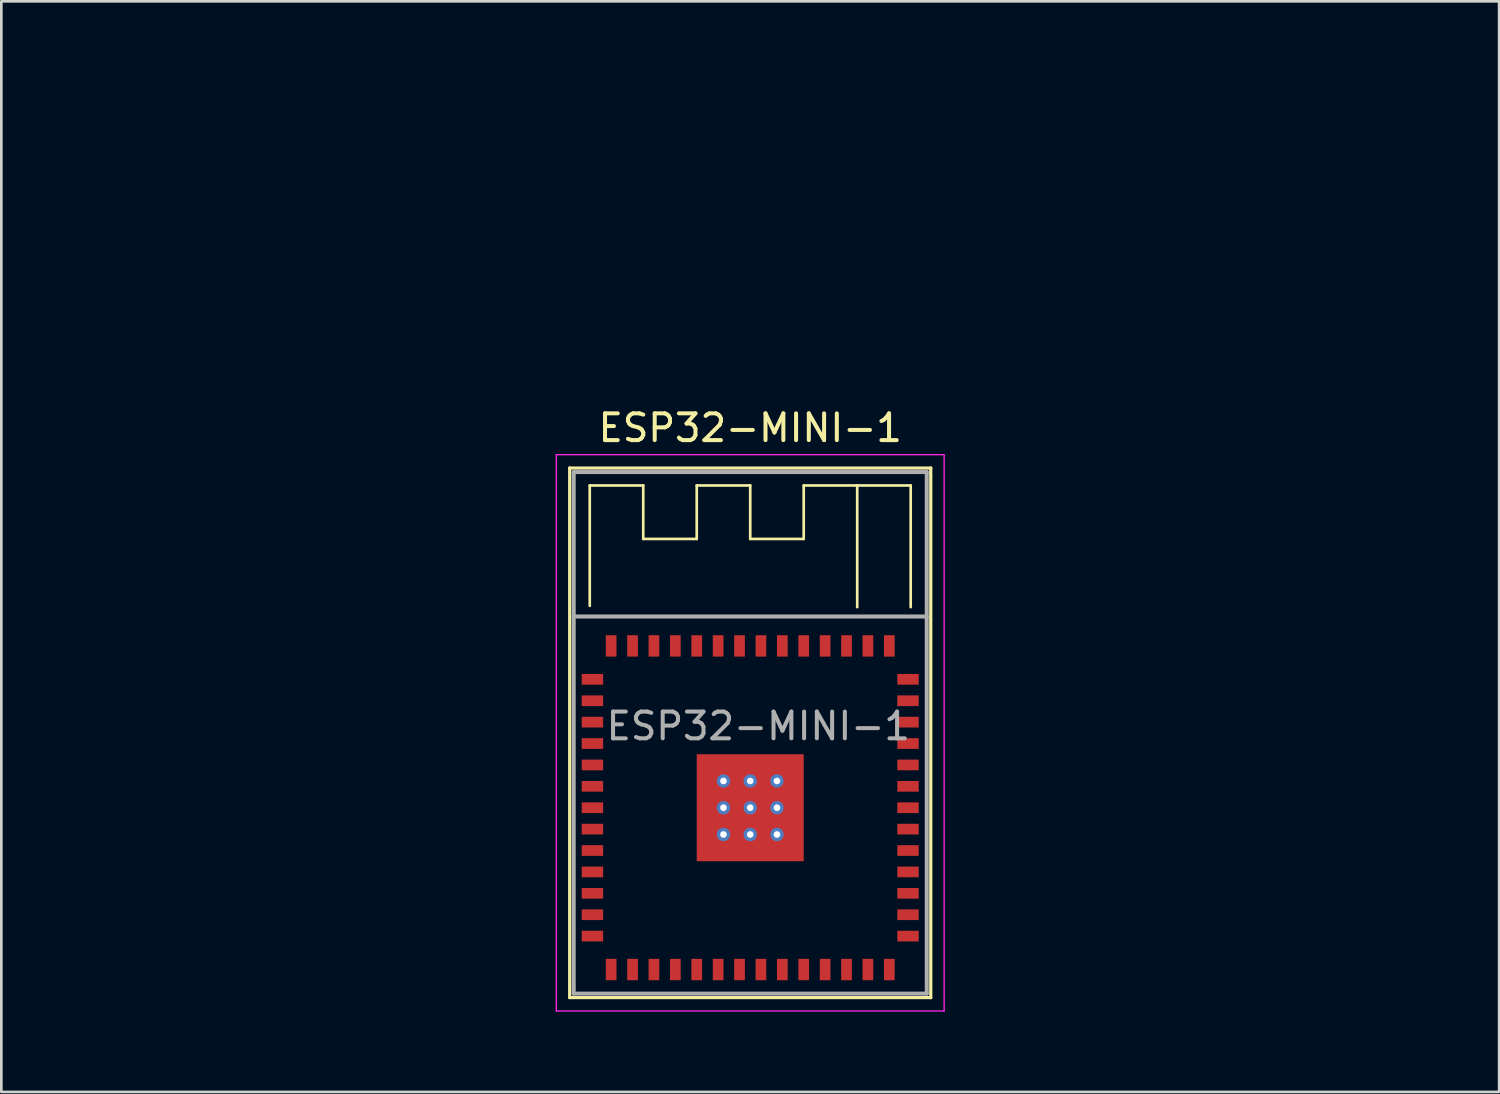
<source format=kicad_pcb>
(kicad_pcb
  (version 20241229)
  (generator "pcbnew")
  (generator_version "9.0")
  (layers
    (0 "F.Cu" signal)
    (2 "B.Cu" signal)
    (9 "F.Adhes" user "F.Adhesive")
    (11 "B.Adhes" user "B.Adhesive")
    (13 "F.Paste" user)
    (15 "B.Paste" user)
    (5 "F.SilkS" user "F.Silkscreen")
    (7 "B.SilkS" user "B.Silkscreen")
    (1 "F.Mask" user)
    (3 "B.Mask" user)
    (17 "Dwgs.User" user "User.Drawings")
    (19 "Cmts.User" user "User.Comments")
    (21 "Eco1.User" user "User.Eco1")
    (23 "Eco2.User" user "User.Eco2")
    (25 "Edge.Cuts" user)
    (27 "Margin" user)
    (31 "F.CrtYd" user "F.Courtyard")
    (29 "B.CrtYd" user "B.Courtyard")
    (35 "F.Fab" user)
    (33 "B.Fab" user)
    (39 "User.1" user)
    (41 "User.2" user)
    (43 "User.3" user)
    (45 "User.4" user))
  (footprint "ESP32-MINI-1"
    (layer "F.Cu")
    (at 25 24.1)
    (property "Reference" "ESP32-MINI-1" (at 0 -11.15 0) (unlocked yes) (layer "F.SilkS") (effects (font (size 1 1) (thickness 0.15))))
    (attr smd)
    (fp_line (start -6.75 -9.65) (end 6.75 -9.65) (stroke (width 0.12) (type default)) (layer "F.SilkS"))
    (fp_line (start -6.75 10.15) (end -6.75 -9.65) (stroke (width 0.12) (type default)) (layer "F.SilkS"))
    (fp_line (start -6.75 10.15) (end 6.75 10.15) (stroke (width 0.12) (type default)) (layer "F.SilkS"))
    (fp_line (start -6 -9) (end -6 -4.5) (stroke (width 0.1) (type default)) (layer "F.SilkS"))
    (fp_line (start -4 -9) (end -6 -9) (stroke (width 0.1) (type default)) (layer "F.SilkS"))
    (fp_line (start -4 -7) (end -4 -9) (stroke (width 0.1) (type default)) (layer "F.SilkS"))
    (fp_line (start -2 -9) (end -2 -7) (stroke (width 0.1) (type default)) (layer "F.SilkS"))
    (fp_line (start -2 -7) (end -4 -7) (stroke (width 0.1) (type default)) (layer "F.SilkS"))
    (fp_line (start 0 -9) (end -2 -9) (stroke (width 0.1) (type default)) (layer "F.SilkS"))
    (fp_line (start 0 -7) (end 0 -9) (stroke (width 0.1) (type default)) (layer "F.SilkS"))
    (fp_line (start 2 -9) (end 2 -7) (stroke (width 0.1) (type default)) (layer "F.SilkS"))
    (fp_line (start 2 -7) (end 0 -7) (stroke (width 0.1) (type default)) (layer "F.SilkS"))
    (fp_line (start 4 -9) (end 2 -9) (stroke (width 0.1) (type default)) (layer "F.SilkS"))
    (fp_line (start 4 -9) (end 4 -4.45) (stroke (width 0.1) (type default)) (layer "F.SilkS"))
    (fp_line (start 4 -9) (end 6 -9) (stroke (width 0.1) (type default)) (layer "F.SilkS"))
    (fp_line (start 6 -4.45) (end 6 -9) (stroke (width 0.1) (type default)) (layer "F.SilkS"))
    (fp_line (start 6.75 -9.65) (end 6.75 10.15) (stroke (width 0.12) (type default)) (layer "F.SilkS"))
    (fp_line (start -7.25 -10.15) (end 7.25 -10.15) (stroke (width 0.05) (type default)) (layer "F.CrtYd"))
    (fp_line (start -7.25 10.65) (end -7.25 -10.15) (stroke (width 0.05) (type default)) (layer "F.CrtYd"))
    (fp_line (start 7.25 -10.15) (end 7.25 10.65) (stroke (width 0.05) (type default)) (layer "F.CrtYd"))
    (fp_line (start 7.25 10.65) (end -7.25 10.65) (stroke (width 0.05) (type default)) (layer "F.CrtYd"))
    (fp_line (start -6.6 -9.5) (end -6.6 10) (stroke (width 0.15) (type default)) (layer "F.Fab"))
    (fp_line (start -6.6 10) (end 6.6 10) (stroke (width 0.15) (type default)) (layer "F.Fab"))
    (fp_line (start 6.6 -9.5) (end -6.6 -9.5) (stroke (width 0.15) (type default)) (layer "F.Fab"))
    (fp_line (start 6.6 -4.1) (end -6.6 -4.1) (stroke (width 0.15) (type default)) (layer "F.Fab"))
    (fp_line (start 6.6 10) (end 6.6 -9.5) (stroke (width 0.15) (type default)) (layer "F.Fab"))
    (fp_text user "${REFERENCE}" (at 0.3 0 0) (layer "F.Fab") (effects (font (size 1 1) (thickness 0.15))))
    (pad "" smd rect (at -1.5 1.55) (size 0.25 0.25) (layers "F.Paste"))
    (pad "" smd rect (at -1.5 2.55) (size 0.25 0.25) (layers "F.Paste"))
    (pad "" smd rect (at -1.5 3.55) (size 0.25 0.25) (layers "F.Paste"))
    (pad "" smd rect (at -1.5 4.55) (size 0.25 0.25) (layers "F.Paste"))
    (pad "" smd rect (at -0.5 1.55) (size 0.25 0.25) (layers "F.Paste"))
    (pad "" smd rect (at -0.5 2.55) (size 0.25 0.25) (layers "F.Paste"))
    (pad "" smd rect (at -0.5 3.55) (size 0.25 0.25) (layers "F.Paste"))
    (pad "" smd rect (at -0.5 4.55) (size 0.25 0.25) (layers "F.Paste"))
    (pad "" smd rect (at 0.5 1.55) (size 0.25 0.25) (layers "F.Paste"))
    (pad "" smd rect (at 0.5 2.55) (size 0.25 0.25) (layers "F.Paste"))
    (pad "" smd rect (at 0.5 3.55) (size 0.25 0.25) (layers "F.Paste"))
    (pad "" smd rect (at 0.5 4.55) (size 0.25 0.25) (layers "F.Paste"))
    (pad "" smd rect (at 1.5 1.55) (size 0.25 0.25) (layers "F.Paste"))
    (pad "" smd rect (at 1.5 2.55) (size 0.25 0.25) (layers "F.Paste"))
    (pad "" smd rect (at 1.5 3.55) (size 0.25 0.25) (layers "F.Paste"))
    (pad "" smd rect (at 1.5 4.55) (size 0.25 0.25) (layers "F.Paste"))
    (pad "1" smd rect (at -5.9 -1.75 90) (size 0.4 0.8) (layers "F.Cu" "F.Mask" "F.Paste"))
    (pad "2" smd rect (at -5.9 -0.95 90) (size 0.4 0.8) (layers "F.Cu" "F.Mask" "F.Paste"))
    (pad "3" smd rect (at -5.9 -0.15 90) (size 0.4 0.8) (layers "F.Cu" "F.Mask" "F.Paste"))
    (pad "4" smd rect (at -5.9 0.65 90) (size 0.4 0.8) (layers "F.Cu" "F.Mask" "F.Paste"))
    (pad "5" smd rect (at -5.9 1.45 90) (size 0.4 0.8) (layers "F.Cu" "F.Mask" "F.Paste"))
    (pad "6" smd rect (at -5.9 2.25 90) (size 0.4 0.8) (layers "F.Cu" "F.Mask" "F.Paste"))
    (pad "7" smd rect (at -5.9 3.05 90) (size 0.4 0.8) (layers "F.Cu" "F.Mask" "F.Paste"))
    (pad "8" smd rect (at -5.9 3.85 90) (size 0.4 0.8) (layers "F.Cu" "F.Mask" "F.Paste"))
    (pad "9" smd rect (at -5.9 4.65 90) (size 0.4 0.8) (layers "F.Cu" "F.Mask" "F.Paste"))
    (pad "10" smd rect (at -5.9 5.45 90) (size 0.4 0.8) (layers "F.Cu" "F.Mask" "F.Paste"))
    (pad "11" smd rect (at -5.9 6.25 90) (size 0.4 0.8) (layers "F.Cu" "F.Mask" "F.Paste"))
    (pad "12" smd rect (at -5.9 7.05 90) (size 0.4 0.8) (layers "F.Cu" "F.Mask" "F.Paste"))
    (pad "13" smd rect (at -5.9 7.85 90) (size 0.4 0.8) (layers "F.Cu" "F.Mask" "F.Paste"))
    (pad "14" smd rect (at -5.2 9.1) (size 0.4 0.8) (layers "F.Cu" "F.Mask" "F.Paste"))
    (pad "15" smd rect (at -4.4 9.1) (size 0.4 0.8) (layers "F.Cu" "F.Mask" "F.Paste"))
    (pad "16" smd rect (at -3.6 9.1) (size 0.4 0.8) (layers "F.Cu" "F.Mask" "F.Paste"))
    (pad "17" smd rect (at -2.8 9.1) (size 0.4 0.8) (layers "F.Cu" "F.Mask" "F.Paste"))
    (pad "18" smd rect (at -2 9.1) (size 0.4 0.8) (layers "F.Cu" "F.Mask" "F.Paste"))
    (pad "19" smd rect (at -1.2 9.1) (size 0.4 0.8) (layers "F.Cu" "F.Mask" "F.Paste"))
    (pad "20" smd rect (at -0.4 9.1) (size 0.4 0.8) (layers "F.Cu" "F.Mask" "F.Paste"))
    (pad "21" smd rect (at 0.4 9.1) (size 0.4 0.8) (layers "F.Cu" "F.Mask" "F.Paste"))
    (pad "22" smd rect (at 1.2 9.1) (size 0.4 0.8) (layers "F.Cu" "F.Mask" "F.Paste"))
    (pad "23" smd rect (at 2 9.1) (size 0.4 0.8) (layers "F.Cu" "F.Mask" "F.Paste"))
    (pad "24" smd rect (at 2.8 9.1) (size 0.4 0.8) (layers "F.Cu" "F.Mask" "F.Paste"))
    (pad "25" smd rect (at 3.6 9.1) (size 0.4 0.8) (layers "F.Cu" "F.Mask" "F.Paste"))
    (pad "26" smd rect (at 4.4 9.1) (size 0.4 0.8) (layers "F.Cu" "F.Mask" "F.Paste"))
    (pad "27" smd rect (at 5.2 9.1) (size 0.4 0.8) (layers "F.Cu" "F.Mask" "F.Paste"))
    (pad "28" smd rect (at 5.9 7.85 90) (size 0.4 0.8) (layers "F.Cu" "F.Mask" "F.Paste"))
    (pad "29" smd rect (at 5.9 7.05 90) (size 0.4 0.8) (layers "F.Cu" "F.Mask" "F.Paste"))
    (pad "30" smd rect (at 5.9 6.25 90) (size 0.4 0.8) (layers "F.Cu" "F.Mask" "F.Paste"))
    (pad "31" smd rect (at 5.9 5.45 90) (size 0.4 0.8) (layers "F.Cu" "F.Mask" "F.Paste"))
    (pad "32" smd rect (at 5.9 4.65 90) (size 0.4 0.8) (layers "F.Cu" "F.Mask" "F.Paste"))
    (pad "33" smd rect (at 5.9 3.85 90) (size 0.4 0.8) (layers "F.Cu" "F.Mask" "F.Paste"))
    (pad "34" smd rect (at 5.9 3.05 90) (size 0.4 0.8) (layers "F.Cu" "F.Mask" "F.Paste"))
    (pad "35" smd rect (at 5.9 2.25 90) (size 0.4 0.8) (layers "F.Cu" "F.Mask" "F.Paste"))
    (pad "36" smd rect (at 5.9 1.45 90) (size 0.4 0.8) (layers "F.Cu" "F.Mask" "F.Paste"))
    (pad "37" smd rect (at 5.9 0.65 90) (size 0.4 0.8) (layers "F.Cu" "F.Mask" "F.Paste"))
    (pad "38" smd rect (at 5.9 -0.15 90) (size 0.4 0.8) (layers "F.Cu" "F.Mask" "F.Paste"))
    (pad "39" smd rect (at 5.9 -0.95 90) (size 0.4 0.8) (layers "F.Cu" "F.Mask" "F.Paste"))
    (pad "40" smd rect (at 5.9 -1.75 90) (size 0.4 0.8) (layers "F.Cu" "F.Mask" "F.Paste"))
    (pad "41" smd rect (at 5.2 -3) (size 0.4 0.8) (layers "F.Cu" "F.Mask" "F.Paste"))
    (pad "42" smd rect (at 4.4 -3) (size 0.4 0.8) (layers "F.Cu" "F.Mask" "F.Paste"))
    (pad "43" smd rect (at 3.6 -3) (size 0.4 0.8) (layers "F.Cu" "F.Mask" "F.Paste"))
    (pad "44" smd rect (at 2.8 -3) (size 0.4 0.8) (layers "F.Cu" "F.Mask" "F.Paste"))
    (pad "45" smd rect (at 2 -3) (size 0.4 0.8) (layers "F.Cu" "F.Mask" "F.Paste"))
    (pad "46" smd rect (at 1.2 -3) (size 0.4 0.8) (layers "F.Cu" "F.Mask" "F.Paste"))
    (pad "47" smd rect (at 0.4 -3) (size 0.4 0.8) (layers "F.Cu" "F.Mask" "F.Paste"))
    (pad "48" smd rect (at -0.4 -3) (size 0.4 0.8) (layers "F.Cu" "F.Mask" "F.Paste"))
    (pad "49" smd rect (at -1.2 -3) (size 0.4 0.8) (layers "F.Cu" "F.Mask" "F.Paste"))
    (pad "50" smd rect (at -2 -3) (size 0.4 0.8) (layers "F.Cu" "F.Mask" "F.Paste"))
    (pad "51" smd rect (at -2.8 -3) (size 0.4 0.8) (layers "F.Cu" "F.Mask" "F.Paste"))
    (pad "52" smd rect (at -3.6 -3) (size 0.4 0.8) (layers "F.Cu" "F.Mask" "F.Paste"))
    (pad "53" smd rect (at -4.4 -3) (size 0.4 0.8) (layers "F.Cu" "F.Mask" "F.Paste"))
    (pad "54" smd rect (at -5.2 -3) (size 0.4 0.8) (layers "F.Cu" "F.Mask" "F.Paste"))
    (pad "55" thru_hole circle (at -1 2.05) (size 0.5 0.5) (drill 0.25) (property pad_prop_heatsink) (layers "*.Cu" "*.Mask"))
    (pad "55" thru_hole circle (at -1 3.05) (size 0.5 0.5) (drill 0.25) (property pad_prop_heatsink) (layers "*.Cu" "*.Mask"))
    (pad "55" thru_hole circle (at -1 4.05) (size 0.5 0.5) (drill 0.25) (property pad_prop_heatsink) (layers "*.Cu" "*.Mask"))
    (pad "55" thru_hole circle (at 0 2.05) (size 0.5 0.5) (drill 0.25) (property pad_prop_heatsink) (layers "*.Cu" "*.Mask"))
    (pad "55" thru_hole circle (at 0 3.05) (size 0.5 0.5) (drill 0.25) (property pad_prop_heatsink) (layers "*.Cu" "*.Mask"))
    (pad "55" smd rect (at 0 3.05) (size 4 4) (layers "F.Cu" "F.Mask"))
    (pad "55" thru_hole circle (at 0 4.05) (size 0.5 0.5) (drill 0.25) (property pad_prop_heatsink) (layers "*.Cu" "*.Mask"))
    (pad "55" thru_hole circle (at 1 2.05) (size 0.5 0.5) (drill 0.25) (property pad_prop_heatsink) (layers "*.Cu" "*.Mask"))
    (pad "55" thru_hole circle (at 1 3.05) (size 0.5 0.5) (drill 0.25) (property pad_prop_heatsink) (layers "*.Cu" "*.Mask"))
    (pad "55" thru_hole circle (at 1 4.05) (size 0.5 0.5) (drill 0.25) (property pad_prop_heatsink) (layers "*.Cu" "*.Mask"))
    (zone (net_name "") (layers "F.Cu" "B.Cu" "F.Fab") (name "ANTENNA") (hatch edge 0.5) (connect_pads) (min_thickness 0.25) (filled_areas_thickness no) (keepout (tracks not_allowed) (vias not_allowed) (pads not_allowed) (copperpour not_allowed) (footprints not_allowed)) (placement (enabled no)) (fill) (polygon (pts (xy 50 20) (xy 50 0) (xy 0 0) (xy 0 20)))))
  (gr_rect
    (start -3 -3)
    (end 53 37.775)
    (stroke (width 0.1) (type default))
    (fill no)
    (layer "Edge.Cuts")))
</source>
